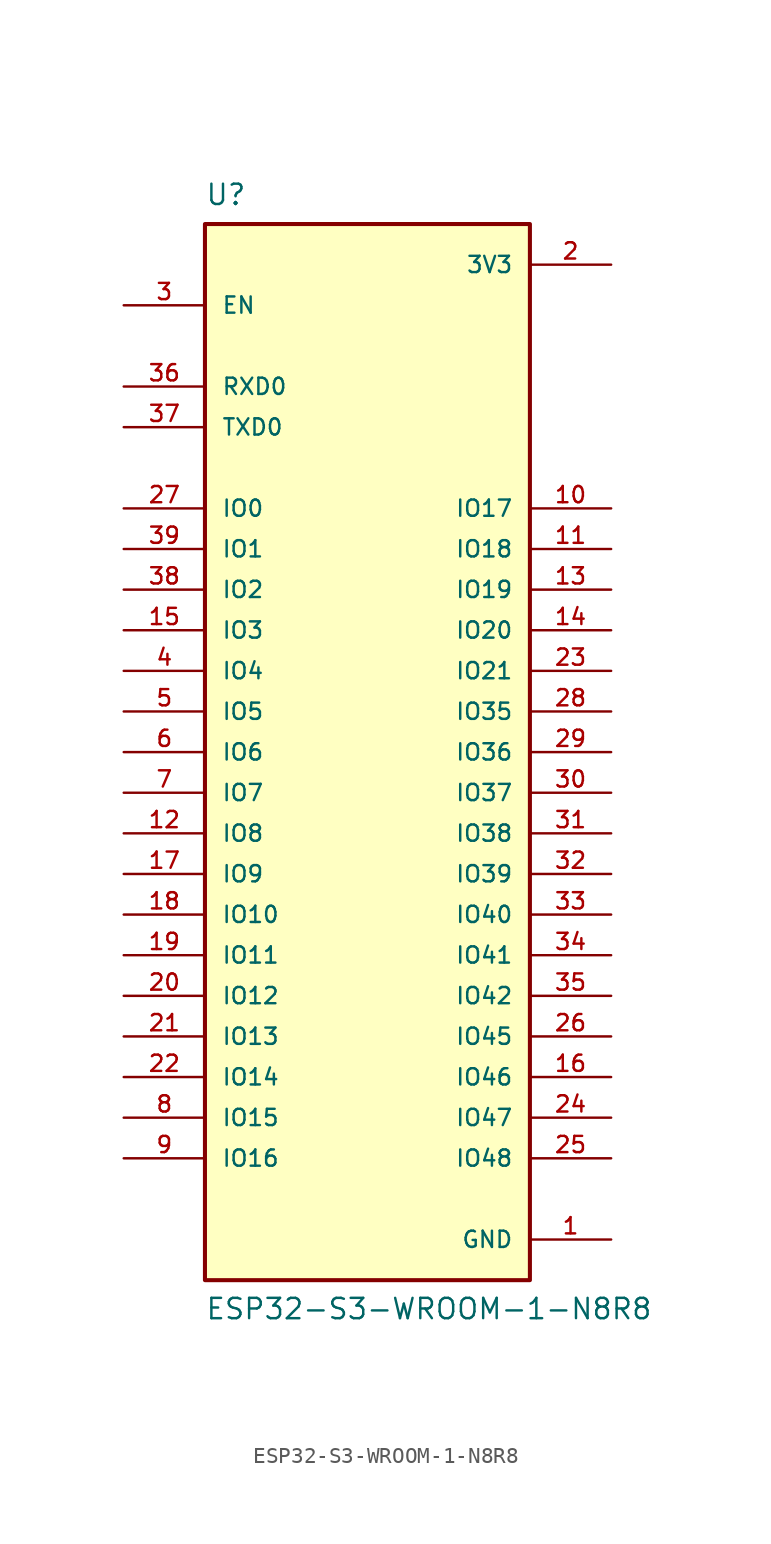
<source format=kicad_sym>
(kicad_symbol_lib
  (version 20211014)
  (generator kicad_symbol_editor)
  (symbol "ESP32-S3-WROOM-1-N8R8"
    (pin_names
      (offset 1.016))
    (property "Reference" "U"
      (at -10.16 34.112 0)
      (effects (font (size 1.27 1.27)) (justify bottom left)))
    (property "Value" "ESP32-S3-WROOM-1-N8R8"
      (at -10.16 -35.56 0)
      (effects (font (size 1.27 1.27)) (justify bottom left)))
    (symbol "ESP32-S3-WROOM-1-N8R8_0_0"
      (rectangle (start -10.16 -33.02) (end 10.16 33.02) (stroke (width 0.254)) (fill (type background)))
      (pin power_in line (at 15.24 -30.48 180.0) (length 5.08) (name "GND" (effects (font (size 1.016 1.016)))) (number "1" (effects (font (size 1.016 1.016)))))
      (pin power_in line (at 15.24 -30.48 180.0) (length 5.08) hide (name "GND" (effects (font (size 1.016 1.016)))) (number "40" (effects (font (size 1.016 1.016)))))
      (pin power_in line (at 15.24 -30.48 180.0) (length 5.08) hide (name "GND" (effects (font (size 1.016 1.016)))) (number "41_1" (effects (font (size 1.016 1.016)))))
      (pin power_in line (at 15.24 -30.48 180.0) (length 5.08) hide (name "GND" (effects (font (size 1.016 1.016)))) (number "41_2" (effects (font (size 1.016 1.016)))))
      (pin power_in line (at 15.24 -30.48 180.0) (length 5.08) hide (name "GND" (effects (font (size 1.016 1.016)))) (number "41_3" (effects (font (size 1.016 1.016)))))
      (pin power_in line (at 15.24 -30.48 180.0) (length 5.08) hide (name "GND" (effects (font (size 1.016 1.016)))) (number "41_4" (effects (font (size 1.016 1.016)))))
      (pin power_in line (at 15.24 -30.48 180.0) (length 5.08) hide (name "GND" (effects (font (size 1.016 1.016)))) (number "41_5" (effects (font (size 1.016 1.016)))))
      (pin power_in line (at 15.24 -30.48 180.0) (length 5.08) hide (name "GND" (effects (font (size 1.016 1.016)))) (number "41_6" (effects (font (size 1.016 1.016)))))
      (pin power_in line (at 15.24 -30.48 180.0) (length 5.08) hide (name "GND" (effects (font (size 1.016 1.016)))) (number "41_7" (effects (font (size 1.016 1.016)))))
      (pin power_in line (at 15.24 -30.48 180.0) (length 5.08) hide (name "GND" (effects (font (size 1.016 1.016)))) (number "41_8" (effects (font (size 1.016 1.016)))))
      (pin power_in line (at 15.24 -30.48 180.0) (length 5.08) hide (name "GND" (effects (font (size 1.016 1.016)))) (number "41_9" (effects (font (size 1.016 1.016)))))
      (pin power_in line (at 15.24 30.48 180.0) (length 5.08) (name "3V3" (effects (font (size 1.016 1.016)))) (number "2" (effects (font (size 1.016 1.016)))))
      (pin input line (at -15.24 27.94 0) (length 5.08) (name "EN" (effects (font (size 1.016 1.016)))) (number "3" (effects (font (size 1.016 1.016)))))
      (pin bidirectional line (at 15.24 2.54 180.0) (length 5.08) (name "IO35" (effects (font (size 1.016 1.016)))) (number "28" (effects (font (size 1.016 1.016)))))
      (pin bidirectional line (at 15.24 -12.7 180.0) (length 5.08) (name "IO41" (effects (font (size 1.016 1.016)))) (number "34" (effects (font (size 1.016 1.016)))))
      (pin bidirectional line (at 15.24 -7.62 180.0) (length 5.08) (name "IO39" (effects (font (size 1.016 1.016)))) (number "32" (effects (font (size 1.016 1.016)))))
      (pin bidirectional line (at 15.24 -10.16 180.0) (length 5.08) (name "IO40" (effects (font (size 1.016 1.016)))) (number "33" (effects (font (size 1.016 1.016)))))
      (pin bidirectional line (at -15.24 -20.32 0) (length 5.08) (name "IO14" (effects (font (size 1.016 1.016)))) (number "22" (effects (font (size 1.016 1.016)))))
      (pin bidirectional line (at -15.24 -15.24 0) (length 5.08) (name "IO12" (effects (font (size 1.016 1.016)))) (number "20" (effects (font (size 1.016 1.016)))))
      (pin bidirectional line (at -15.24 -17.78 0) (length 5.08) (name "IO13" (effects (font (size 1.016 1.016)))) (number "21" (effects (font (size 1.016 1.016)))))
      (pin bidirectional line (at -15.24 -22.86 0) (length 5.08) (name "IO15" (effects (font (size 1.016 1.016)))) (number "8" (effects (font (size 1.016 1.016)))))
      (pin bidirectional line (at -15.24 10.16 0) (length 5.08) (name "IO2" (effects (font (size 1.016 1.016)))) (number "38" (effects (font (size 1.016 1.016)))))
      (pin bidirectional line (at -15.24 15.24 0) (length 5.08) (name "IO0" (effects (font (size 1.016 1.016)))) (number "27" (effects (font (size 1.016 1.016)))))
      (pin bidirectional line (at -15.24 5.08 0) (length 5.08) (name "IO4" (effects (font (size 1.016 1.016)))) (number "4" (effects (font (size 1.016 1.016)))))
      (pin bidirectional line (at -15.24 -25.4 0) (length 5.08) (name "IO16" (effects (font (size 1.016 1.016)))) (number "9" (effects (font (size 1.016 1.016)))))
      (pin bidirectional line (at 15.24 15.24 180.0) (length 5.08) (name "IO17" (effects (font (size 1.016 1.016)))) (number "10" (effects (font (size 1.016 1.016)))))
      (pin bidirectional line (at -15.24 2.54 0) (length 5.08) (name "IO5" (effects (font (size 1.016 1.016)))) (number "5" (effects (font (size 1.016 1.016)))))
      (pin bidirectional line (at 15.24 12.7 180.0) (length 5.08) (name "IO18" (effects (font (size 1.016 1.016)))) (number "11" (effects (font (size 1.016 1.016)))))
      (pin bidirectional line (at 15.24 10.16 180.0) (length 5.08) (name "IO19" (effects (font (size 1.016 1.016)))) (number "13" (effects (font (size 1.016 1.016)))))
      (pin bidirectional line (at 15.24 5.08 180.0) (length 5.08) (name "IO21" (effects (font (size 1.016 1.016)))) (number "23" (effects (font (size 1.016 1.016)))))
      (pin bidirectional line (at 15.24 -2.54 180.0) (length 5.08) (name "IO37" (effects (font (size 1.016 1.016)))) (number "30" (effects (font (size 1.016 1.016)))))
      (pin bidirectional line (at 15.24 -5.08 180.0) (length 5.08) (name "IO38" (effects (font (size 1.016 1.016)))) (number "31" (effects (font (size 1.016 1.016)))))
      (pin bidirectional line (at -15.24 12.7 0) (length 5.08) (name "IO1" (effects (font (size 1.016 1.016)))) (number "39" (effects (font (size 1.016 1.016)))))
      (pin bidirectional line (at -15.24 7.62 0) (length 5.08) (name "IO3" (effects (font (size 1.016 1.016)))) (number "15" (effects (font (size 1.016 1.016)))))
      (pin bidirectional line (at -15.24 0.0 0) (length 5.08) (name "IO6" (effects (font (size 1.016 1.016)))) (number "6" (effects (font (size 1.016 1.016)))))
      (pin bidirectional line (at -15.24 -2.54 0) (length 5.08) (name "IO7" (effects (font (size 1.016 1.016)))) (number "7" (effects (font (size 1.016 1.016)))))
      (pin bidirectional line (at -15.24 -5.08 0) (length 5.08) (name "IO8" (effects (font (size 1.016 1.016)))) (number "12" (effects (font (size 1.016 1.016)))))
      (pin bidirectional line (at -15.24 -7.62 0) (length 5.08) (name "IO9" (effects (font (size 1.016 1.016)))) (number "17" (effects (font (size 1.016 1.016)))))
      (pin bidirectional line (at -15.24 -10.16 0) (length 5.08) (name "IO10" (effects (font (size 1.016 1.016)))) (number "18" (effects (font (size 1.016 1.016)))))
      (pin bidirectional line (at -15.24 -12.7 0) (length 5.08) (name "IO11" (effects (font (size 1.016 1.016)))) (number "19" (effects (font (size 1.016 1.016)))))
      (pin bidirectional line (at 15.24 0.0 180.0) (length 5.08) (name "IO36" (effects (font (size 1.016 1.016)))) (number "29" (effects (font (size 1.016 1.016)))))
      (pin bidirectional line (at 15.24 -15.24 180.0) (length 5.08) (name "IO42" (effects (font (size 1.016 1.016)))) (number "35" (effects (font (size 1.016 1.016)))))
      (pin bidirectional line (at 15.24 7.62 180.0) (length 5.08) (name "IO20" (effects (font (size 1.016 1.016)))) (number "14" (effects (font (size 1.016 1.016)))))
      (pin bidirectional line (at -15.24 20.32 0) (length 5.08) (name "TXD0" (effects (font (size 1.016 1.016)))) (number "37" (effects (font (size 1.016 1.016)))))
      (pin bidirectional line (at -15.24 22.86 0) (length 5.08) (name "RXD0" (effects (font (size 1.016 1.016)))) (number "36" (effects (font (size 1.016 1.016)))))
      (pin bidirectional line (at 15.24 -17.78 180.0) (length 5.08) (name "IO45" (effects (font (size 1.016 1.016)))) (number "26" (effects (font (size 1.016 1.016)))))
      (pin bidirectional line (at 15.24 -20.32 180.0) (length 5.08) (name "IO46" (effects (font (size 1.016 1.016)))) (number "16" (effects (font (size 1.016 1.016)))))
      (pin bidirectional line (at 15.24 -22.86 180.0) (length 5.08) (name "IO47" (effects (font (size 1.016 1.016)))) (number "24" (effects (font (size 1.016 1.016)))))
      (pin bidirectional line (at 15.24 -25.4 180.0) (length 5.08) (name "IO48" (effects (font (size 1.016 1.016)))) (number "25" (effects (font (size 1.016 1.016))))))))
</source>
